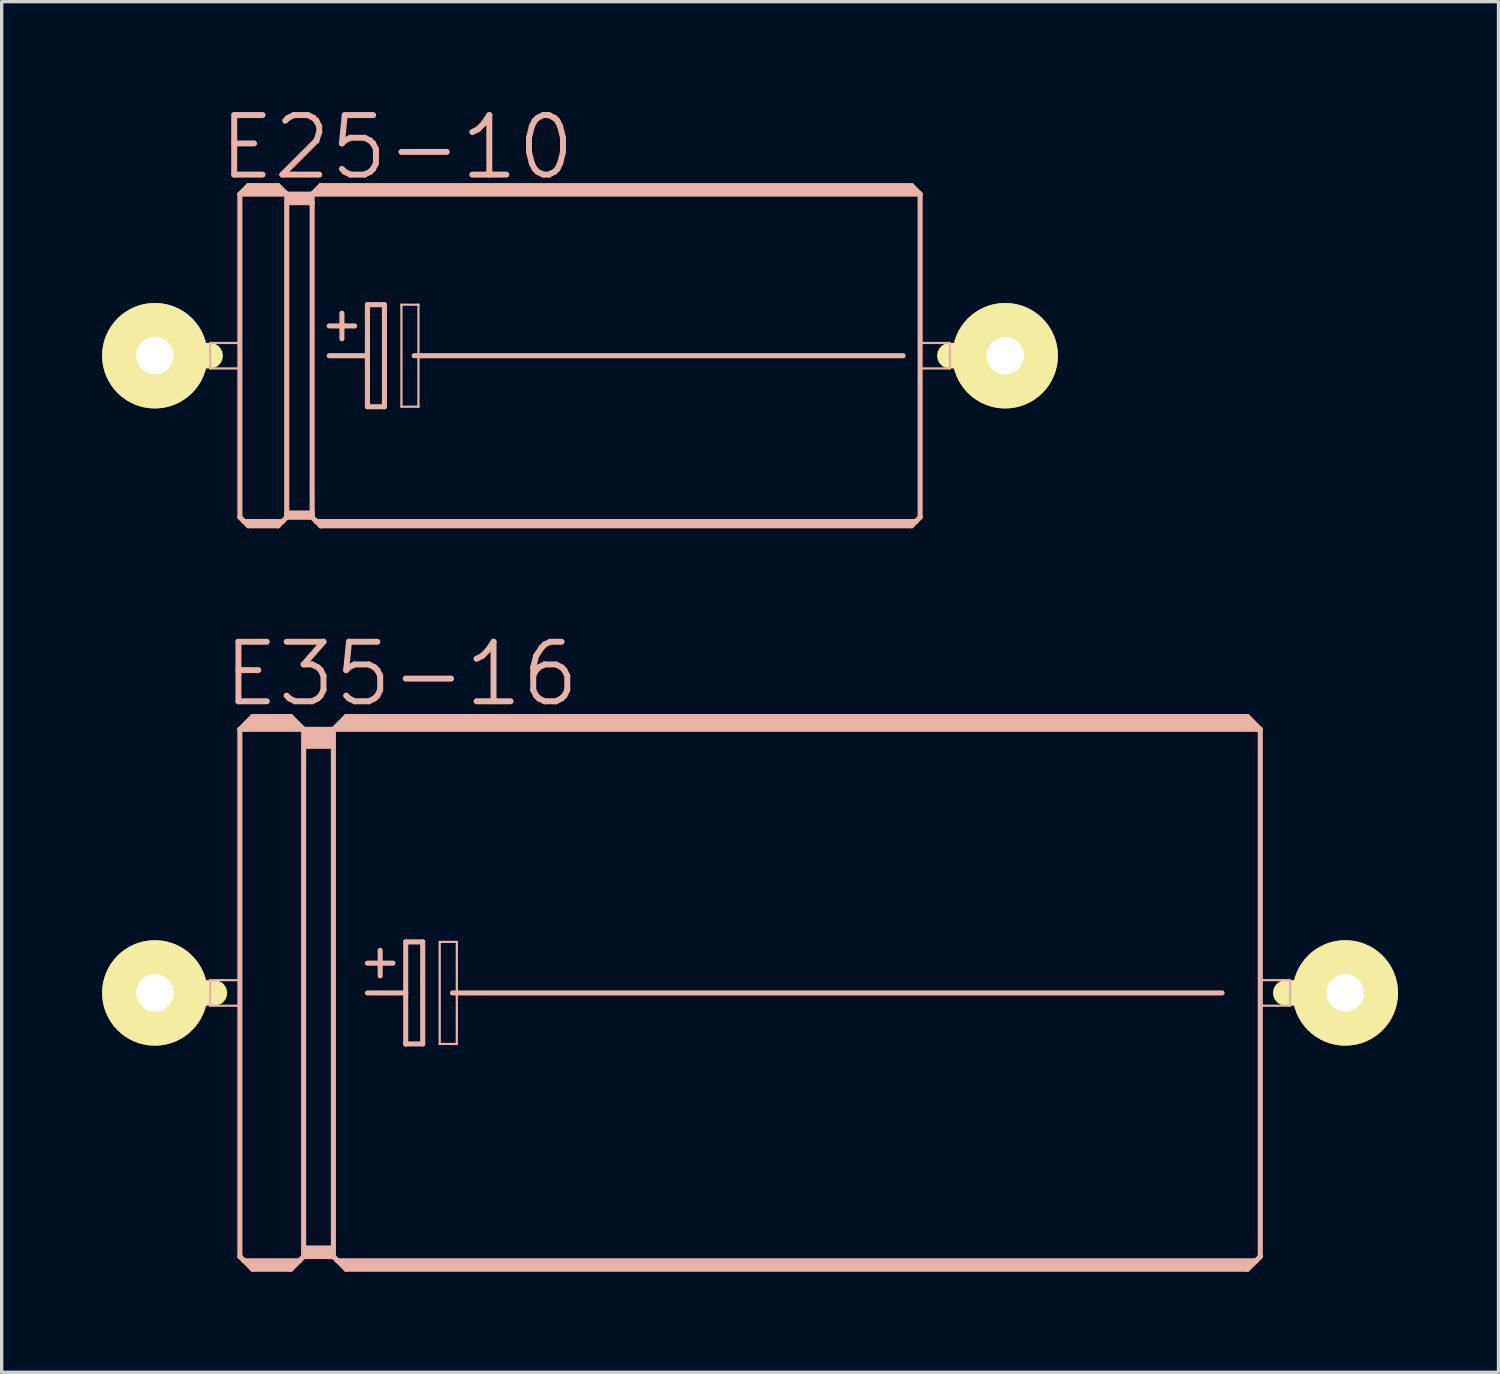
<source format=kicad_pcb>
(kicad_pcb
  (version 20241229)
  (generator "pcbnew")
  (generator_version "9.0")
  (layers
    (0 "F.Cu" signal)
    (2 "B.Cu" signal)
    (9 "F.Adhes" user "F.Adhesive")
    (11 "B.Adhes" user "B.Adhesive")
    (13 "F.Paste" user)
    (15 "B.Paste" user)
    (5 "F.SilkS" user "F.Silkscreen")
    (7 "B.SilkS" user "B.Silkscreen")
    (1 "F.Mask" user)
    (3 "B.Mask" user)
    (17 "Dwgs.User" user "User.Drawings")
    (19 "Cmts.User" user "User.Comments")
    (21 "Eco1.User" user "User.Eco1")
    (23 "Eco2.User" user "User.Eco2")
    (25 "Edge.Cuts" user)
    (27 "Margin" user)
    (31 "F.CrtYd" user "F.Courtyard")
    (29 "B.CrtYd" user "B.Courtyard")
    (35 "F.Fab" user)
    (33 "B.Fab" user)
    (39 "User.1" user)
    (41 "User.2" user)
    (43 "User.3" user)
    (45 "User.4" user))
  (footprint "E35-16"
    (layer "F.Cu")
    (at 19.355 26.609)
    (property "Reference" "E35-16" (at -10.414 -9.525 0) (layer "B.SilkS") (effects (font (size 1.778 1.778) (thickness 0.178))))
    (attr exclude_from_pos_files exclude_from_bom)
    (fp_line (start -17.78 0) (end -16.002 0) (stroke (width 0.762) (type solid)) (layer "F.SilkS"))
    (fp_line (start 17.78 0) (end 16.002 0) (stroke (width 0.762) (type solid)) (layer "F.SilkS"))
    (fp_line (start -16.129 -0.381) (end -15.24 -0.381) (stroke (width 0.066) (type solid)) (layer "B.SilkS"))
    (fp_line (start -16.129 0.381) (end -16.129 -0.381) (stroke (width 0.066) (type solid)) (layer "B.SilkS"))
    (fp_line (start -16.129 0.381) (end -15.24 0.381) (stroke (width 0.066) (type solid)) (layer "B.SilkS"))
    (fp_line (start -15.24 -7.874) (end -15.24 7.874) (stroke (width 0.152) (type solid)) (layer "B.SilkS"))
    (fp_line (start -15.24 -7.874) (end -14.859 -8.255) (stroke (width 0.152) (type solid)) (layer "B.SilkS"))
    (fp_line (start -15.24 -7.874) (end -13.335 -7.874) (stroke (width 0.152) (type solid)) (layer "B.SilkS"))
    (fp_line (start -15.24 0.381) (end -15.24 -0.381) (stroke (width 0.066) (type solid)) (layer "B.SilkS"))
    (fp_line (start -15.24 7.874) (end -15.113 8.001) (stroke (width 0.152) (type solid)) (layer "B.SilkS"))
    (fp_line (start -15.113 8.001) (end -14.859 8.255) (stroke (width 0.152) (type solid)) (layer "B.SilkS"))
    (fp_line (start -15.113 8.001) (end -13.462 8.001) (stroke (width 0.152) (type solid)) (layer "B.SilkS"))
    (fp_line (start -14.986 -8.001) (end -13.589 -8.001) (stroke (width 0.305) (type solid)) (layer "B.SilkS"))
    (fp_line (start -14.859 -8.255) (end -13.716 -8.255) (stroke (width 0.152) (type solid)) (layer "B.SilkS"))
    (fp_line (start -14.859 -8.128) (end -13.716 -8.128) (stroke (width 0.305) (type solid)) (layer "B.SilkS"))
    (fp_line (start -14.859 8.128) (end -13.716 8.128) (stroke (width 0.305) (type solid)) (layer "B.SilkS"))
    (fp_line (start -14.859 8.255) (end -13.716 8.255) (stroke (width 0.152) (type solid)) (layer "B.SilkS"))
    (fp_line (start -13.462 8.001) (end -13.716 8.255) (stroke (width 0.152) (type solid)) (layer "B.SilkS"))
    (fp_line (start -13.335 -7.874) (end -13.716 -8.255) (stroke (width 0.152) (type solid)) (layer "B.SilkS"))
    (fp_line (start -13.335 -7.874) (end -13.335 -7.366) (stroke (width 0.152) (type solid)) (layer "B.SilkS"))
    (fp_line (start -13.335 -7.874) (end -12.446 -7.874) (stroke (width 0.152) (type solid)) (layer "B.SilkS"))
    (fp_line (start -13.335 -7.366) (end -13.335 7.62) (stroke (width 0.152) (type solid)) (layer "B.SilkS"))
    (fp_line (start -13.335 -7.366) (end -12.446 -7.366) (stroke (width 0.152) (type solid)) (layer "B.SilkS"))
    (fp_line (start -13.335 7.62) (end -13.335 7.874) (stroke (width 0.152) (type solid)) (layer "B.SilkS"))
    (fp_line (start -13.335 7.62) (end -12.446 7.62) (stroke (width 0.152) (type solid)) (layer "B.SilkS"))
    (fp_line (start -13.335 7.874) (end -13.462 8.001) (stroke (width 0.152) (type solid)) (layer "B.SilkS"))
    (fp_line (start -13.335 7.874) (end -12.446 7.874) (stroke (width 0.152) (type solid)) (layer "B.SilkS"))
    (fp_line (start -13.208 -7.747) (end -12.573 -7.747) (stroke (width 0.305) (type solid)) (layer "B.SilkS"))
    (fp_line (start -13.208 -7.493) (end -12.573 -7.493) (stroke (width 0.305) (type solid)) (layer "B.SilkS"))
    (fp_line (start -13.208 7.747) (end -12.573 7.747) (stroke (width 0.305) (type solid)) (layer "B.SilkS"))
    (fp_line (start -12.446 -7.874) (end -12.446 -7.366) (stroke (width 0.152) (type solid)) (layer "B.SilkS"))
    (fp_line (start -12.446 -7.874) (end -12.065 -8.255) (stroke (width 0.152) (type solid)) (layer "B.SilkS"))
    (fp_line (start -12.446 -7.874) (end 15.24 -7.874) (stroke (width 0.152) (type solid)) (layer "B.SilkS"))
    (fp_line (start -12.446 -7.366) (end -12.446 7.62) (stroke (width 0.152) (type solid)) (layer "B.SilkS"))
    (fp_line (start -12.446 7.62) (end -12.446 7.874) (stroke (width 0.152) (type solid)) (layer "B.SilkS"))
    (fp_line (start -12.319 8.001) (end -12.446 7.874) (stroke (width 0.152) (type solid)) (layer "B.SilkS"))
    (fp_line (start -12.319 8.001) (end 15.113 8.001) (stroke (width 0.152) (type solid)) (layer "B.SilkS"))
    (fp_line (start -12.192 -8.001) (end 14.986 -8.001) (stroke (width 0.305) (type solid)) (layer "B.SilkS"))
    (fp_line (start -12.065 -8.128) (end 14.859 -8.128) (stroke (width 0.305) (type solid)) (layer "B.SilkS"))
    (fp_line (start -12.065 8.128) (end 14.859 8.128) (stroke (width 0.305) (type solid)) (layer "B.SilkS"))
    (fp_line (start -12.065 8.255) (end -12.319 8.001) (stroke (width 0.152) (type solid)) (layer "B.SilkS"))
    (fp_line (start -11.43 -0.889) (end -10.668 -0.889) (stroke (width 0.152) (type solid)) (layer "B.SilkS"))
    (fp_line (start -11.43 0) (end -10.287 0) (stroke (width 0.152) (type solid)) (layer "B.SilkS"))
    (fp_line (start -11.049 -1.27) (end -11.049 -0.508) (stroke (width 0.152) (type solid)) (layer "B.SilkS"))
    (fp_line (start -10.287 -1.524) (end -10.287 0) (stroke (width 0.152) (type solid)) (layer "B.SilkS"))
    (fp_line (start -10.287 0) (end -10.287 1.524) (stroke (width 0.152) (type solid)) (layer "B.SilkS"))
    (fp_line (start -10.287 1.524) (end -9.779 1.524) (stroke (width 0.152) (type solid)) (layer "B.SilkS"))
    (fp_line (start -9.779 -1.524) (end -10.287 -1.524) (stroke (width 0.152) (type solid)) (layer "B.SilkS"))
    (fp_line (start -9.779 1.524) (end -9.779 -1.524) (stroke (width 0.152) (type solid)) (layer "B.SilkS"))
    (fp_line (start -9.271 -1.524) (end -8.76 -1.524) (stroke (width 0.066) (type solid)) (layer "B.SilkS"))
    (fp_line (start -9.271 1.524) (end -9.271 -1.524) (stroke (width 0.066) (type solid)) (layer "B.SilkS"))
    (fp_line (start -9.271 1.524) (end -8.76 1.524) (stroke (width 0.066) (type solid)) (layer "B.SilkS"))
    (fp_line (start -8.89 0) (end 14.097 0) (stroke (width 0.152) (type solid)) (layer "B.SilkS"))
    (fp_line (start -8.76 1.524) (end -8.76 -1.524) (stroke (width 0.066) (type solid)) (layer "B.SilkS"))
    (fp_line (start 14.859 -8.255) (end -12.065 -8.255) (stroke (width 0.152) (type solid)) (layer "B.SilkS"))
    (fp_line (start 14.859 8.255) (end -12.065 8.255) (stroke (width 0.152) (type solid)) (layer "B.SilkS"))
    (fp_line (start 15.113 8.001) (end 14.859 8.255) (stroke (width 0.152) (type solid)) (layer "B.SilkS"))
    (fp_line (start 15.24 -7.874) (end 14.859 -8.255) (stroke (width 0.152) (type solid)) (layer "B.SilkS"))
    (fp_line (start 15.24 -7.874) (end 15.24 7.874) (stroke (width 0.152) (type solid)) (layer "B.SilkS"))
    (fp_line (start 15.24 -0.381) (end 16.129 -0.381) (stroke (width 0.066) (type solid)) (layer "B.SilkS"))
    (fp_line (start 15.24 0.381) (end 15.24 -0.381) (stroke (width 0.066) (type solid)) (layer "B.SilkS"))
    (fp_line (start 15.24 0.381) (end 16.129 0.381) (stroke (width 0.066) (type solid)) (layer "B.SilkS"))
    (fp_line (start 15.24 7.874) (end 15.113 8.001) (stroke (width 0.152) (type solid)) (layer "B.SilkS"))
    (fp_line (start 16.129 0.381) (end 16.129 -0.381) (stroke (width 0.066) (type solid)) (layer "B.SilkS"))
    (pad "+" thru_hole circle (at -17.78 0) (size 3.15 3.15) (drill 1.118) (layers "*.Cu" "F.Mask" "F.SilkS" "F.Paste"))
    (pad "-" thru_hole circle (at 17.78 0) (size 3.15 3.15) (drill 1.118) (layers "*.Cu" "F.Mask" "F.SilkS" "F.Paste")))
  (footprint "E25-10"
    (layer "F.Cu")
    (at 14.275 7.575)
    (property "Reference" "E25-10" (at -5.461 -6.223 0) (layer "B.SilkS") (effects (font (size 1.778 1.778) (thickness 0.178))))
    (attr exclude_from_pos_files exclude_from_bom)
    (fp_line (start -12.7 0) (end -11.049 0) (stroke (width 0.762) (type solid)) (layer "F.SilkS"))
    (fp_line (start 12.7 0) (end 11.049 0) (stroke (width 0.762) (type solid)) (layer "F.SilkS"))
    (fp_line (start -11.049 -0.381) (end -10.16 -0.381) (stroke (width 0.066) (type solid)) (layer "B.SilkS"))
    (fp_line (start -11.049 0.381) (end -11.049 -0.381) (stroke (width 0.066) (type solid)) (layer "B.SilkS"))
    (fp_line (start -11.049 0.381) (end -10.16 0.381) (stroke (width 0.066) (type solid)) (layer "B.SilkS"))
    (fp_line (start -10.16 -4.826) (end -10.16 4.826) (stroke (width 0.152) (type solid)) (layer "B.SilkS"))
    (fp_line (start -10.16 -4.826) (end -9.906 -5.08) (stroke (width 0.152) (type solid)) (layer "B.SilkS"))
    (fp_line (start -10.16 -4.826) (end -8.76 -4.826) (stroke (width 0.152) (type solid)) (layer "B.SilkS"))
    (fp_line (start -10.16 0.381) (end -10.16 -0.381) (stroke (width 0.066) (type solid)) (layer "B.SilkS"))
    (fp_line (start -10.16 4.826) (end -10.033 4.953) (stroke (width 0.152) (type solid)) (layer "B.SilkS"))
    (fp_line (start -10.033 4.953) (end -9.906 5.08) (stroke (width 0.152) (type solid)) (layer "B.SilkS"))
    (fp_line (start -10.033 4.953) (end -8.89 4.953) (stroke (width 0.152) (type solid)) (layer "B.SilkS"))
    (fp_line (start -9.906 -5.08) (end -9.017 -5.08) (stroke (width 0.152) (type solid)) (layer "B.SilkS"))
    (fp_line (start -9.906 -4.953) (end -9.017 -4.953) (stroke (width 0.305) (type solid)) (layer "B.SilkS"))
    (fp_line (start -9.906 5.029) (end -9.017 5.029) (stroke (width 0.152) (type solid)) (layer "B.SilkS"))
    (fp_line (start -9.906 5.08) (end -9.017 5.08) (stroke (width 0.152) (type solid)) (layer "B.SilkS"))
    (fp_line (start -9.017 -5.08) (end -8.76 -4.826) (stroke (width 0.152) (type solid)) (layer "B.SilkS"))
    (fp_line (start -9.017 5.029) (end -9.017 5.08) (stroke (width 0.152) (type solid)) (layer "B.SilkS"))
    (fp_line (start -9.017 5.08) (end -8.89 4.953) (stroke (width 0.152) (type solid)) (layer "B.SilkS"))
    (fp_line (start -8.89 4.953) (end -8.76 4.826) (stroke (width 0.152) (type solid)) (layer "B.SilkS"))
    (fp_line (start -8.76 -4.826) (end -8.76 -4.572) (stroke (width 0.152) (type solid)) (layer "B.SilkS"))
    (fp_line (start -8.76 -4.572) (end -8.001 -4.572) (stroke (width 0.152) (type solid)) (layer "B.SilkS"))
    (fp_line (start -8.76 4.699) (end -8.76 -4.572) (stroke (width 0.152) (type solid)) (layer "B.SilkS"))
    (fp_line (start -8.76 4.699) (end -8.001 4.699) (stroke (width 0.152) (type solid)) (layer "B.SilkS"))
    (fp_line (start -8.76 4.775) (end -8.76 4.699) (stroke (width 0.152) (type solid)) (layer "B.SilkS"))
    (fp_line (start -8.76 4.775) (end -8.001 4.775) (stroke (width 0.152) (type solid)) (layer "B.SilkS"))
    (fp_line (start -8.76 4.826) (end -8.76 4.775) (stroke (width 0.152) (type solid)) (layer "B.SilkS"))
    (fp_line (start -8.636 -4.699) (end -8.128 -4.699) (stroke (width 0.305) (type solid)) (layer "B.SilkS"))
    (fp_line (start -8.001 -4.826) (end -8.76 -4.826) (stroke (width 0.152) (type solid)) (layer "B.SilkS"))
    (fp_line (start -8.001 -4.826) (end -8.001 -4.572) (stroke (width 0.152) (type solid)) (layer "B.SilkS"))
    (fp_line (start -8.001 -4.826) (end 10.16 -4.826) (stroke (width 0.152) (type solid)) (layer "B.SilkS"))
    (fp_line (start -8.001 4.699) (end -8.001 -4.572) (stroke (width 0.152) (type solid)) (layer "B.SilkS"))
    (fp_line (start -8.001 4.775) (end -8.001 4.699) (stroke (width 0.152) (type solid)) (layer "B.SilkS"))
    (fp_line (start -8.001 4.826) (end -8.76 4.826) (stroke (width 0.152) (type solid)) (layer "B.SilkS"))
    (fp_line (start -8.001 4.826) (end -8.001 4.775) (stroke (width 0.152) (type solid)) (layer "B.SilkS"))
    (fp_line (start -7.874 4.953) (end -8.001 4.826) (stroke (width 0.152) (type solid)) (layer "B.SilkS"))
    (fp_line (start -7.874 4.953) (end 10.033 4.953) (stroke (width 0.152) (type solid)) (layer "B.SilkS"))
    (fp_line (start -7.747 -5.08) (end -8.001 -4.826) (stroke (width 0.152) (type solid)) (layer "B.SilkS"))
    (fp_line (start -7.747 -5.08) (end 9.906 -5.08) (stroke (width 0.152) (type solid)) (layer "B.SilkS"))
    (fp_line (start -7.747 -4.953) (end 9.906 -4.953) (stroke (width 0.305) (type solid)) (layer "B.SilkS"))
    (fp_line (start -7.747 5.029) (end 9.906 5.029) (stroke (width 0.152) (type solid)) (layer "B.SilkS"))
    (fp_line (start -7.747 5.08) (end -7.874 4.953) (stroke (width 0.152) (type solid)) (layer "B.SilkS"))
    (fp_line (start -7.747 5.08) (end -7.747 5.029) (stroke (width 0.152) (type solid)) (layer "B.SilkS"))
    (fp_line (start -7.747 5.08) (end 9.906 5.08) (stroke (width 0.152) (type solid)) (layer "B.SilkS"))
    (fp_line (start -7.493 -0.889) (end -6.731 -0.889) (stroke (width 0.152) (type solid)) (layer "B.SilkS"))
    (fp_line (start -7.493 0) (end -6.35 0) (stroke (width 0.152) (type solid)) (layer "B.SilkS"))
    (fp_line (start -7.112 -1.27) (end -7.112 -0.508) (stroke (width 0.152) (type solid)) (layer "B.SilkS"))
    (fp_line (start -6.35 -1.524) (end -6.35 0) (stroke (width 0.152) (type solid)) (layer "B.SilkS"))
    (fp_line (start -6.35 0) (end -6.35 1.524) (stroke (width 0.152) (type solid)) (layer "B.SilkS"))
    (fp_line (start -6.35 1.524) (end -5.842 1.524) (stroke (width 0.152) (type solid)) (layer "B.SilkS"))
    (fp_line (start -5.842 -1.524) (end -6.35 -1.524) (stroke (width 0.152) (type solid)) (layer "B.SilkS"))
    (fp_line (start -5.842 1.524) (end -5.842 -1.524) (stroke (width 0.152) (type solid)) (layer "B.SilkS"))
    (fp_line (start -5.334 -1.524) (end -4.826 -1.524) (stroke (width 0.066) (type solid)) (layer "B.SilkS"))
    (fp_line (start -5.334 1.524) (end -5.334 -1.524) (stroke (width 0.066) (type solid)) (layer "B.SilkS"))
    (fp_line (start -5.334 1.524) (end -4.826 1.524) (stroke (width 0.066) (type solid)) (layer "B.SilkS"))
    (fp_line (start -4.953 0) (end 9.652 0) (stroke (width 0.152) (type solid)) (layer "B.SilkS"))
    (fp_line (start -4.826 1.524) (end -4.826 -1.524) (stroke (width 0.066) (type solid)) (layer "B.SilkS"))
    (fp_line (start 9.906 -5.08) (end 10.16 -4.826) (stroke (width 0.152) (type solid)) (layer "B.SilkS"))
    (fp_line (start 9.906 5.08) (end 10.033 4.953) (stroke (width 0.152) (type solid)) (layer "B.SilkS"))
    (fp_line (start 10.033 4.953) (end 10.16 4.826) (stroke (width 0.152) (type solid)) (layer "B.SilkS"))
    (fp_line (start 10.16 -0.381) (end 11.049 -0.381) (stroke (width 0.066) (type solid)) (layer "B.SilkS"))
    (fp_line (start 10.16 0.381) (end 10.16 -0.381) (stroke (width 0.066) (type solid)) (layer "B.SilkS"))
    (fp_line (start 10.16 0.381) (end 11.049 0.381) (stroke (width 0.066) (type solid)) (layer "B.SilkS"))
    (fp_line (start 10.16 4.826) (end 10.16 -4.826) (stroke (width 0.152) (type solid)) (layer "B.SilkS"))
    (fp_line (start 11.049 0.381) (end 11.049 -0.381) (stroke (width 0.066) (type solid)) (layer "B.SilkS"))
    (pad "+" thru_hole circle (at -12.7 0) (size 3.15 3.15) (drill 1.118) (layers "*.Cu" "F.Mask" "F.SilkS" "F.Paste"))
    (pad "-" thru_hole circle (at 12.7 0) (size 3.15 3.15) (drill 1.118) (layers "*.Cu" "F.Mask" "F.SilkS" "F.Paste")))
  (gr_rect
    (start -3 -3)
    (end 41.71 37.94)
    (stroke (width 0.1) (type default))
    (fill no)
    (layer "Edge.Cuts")))
</source>
